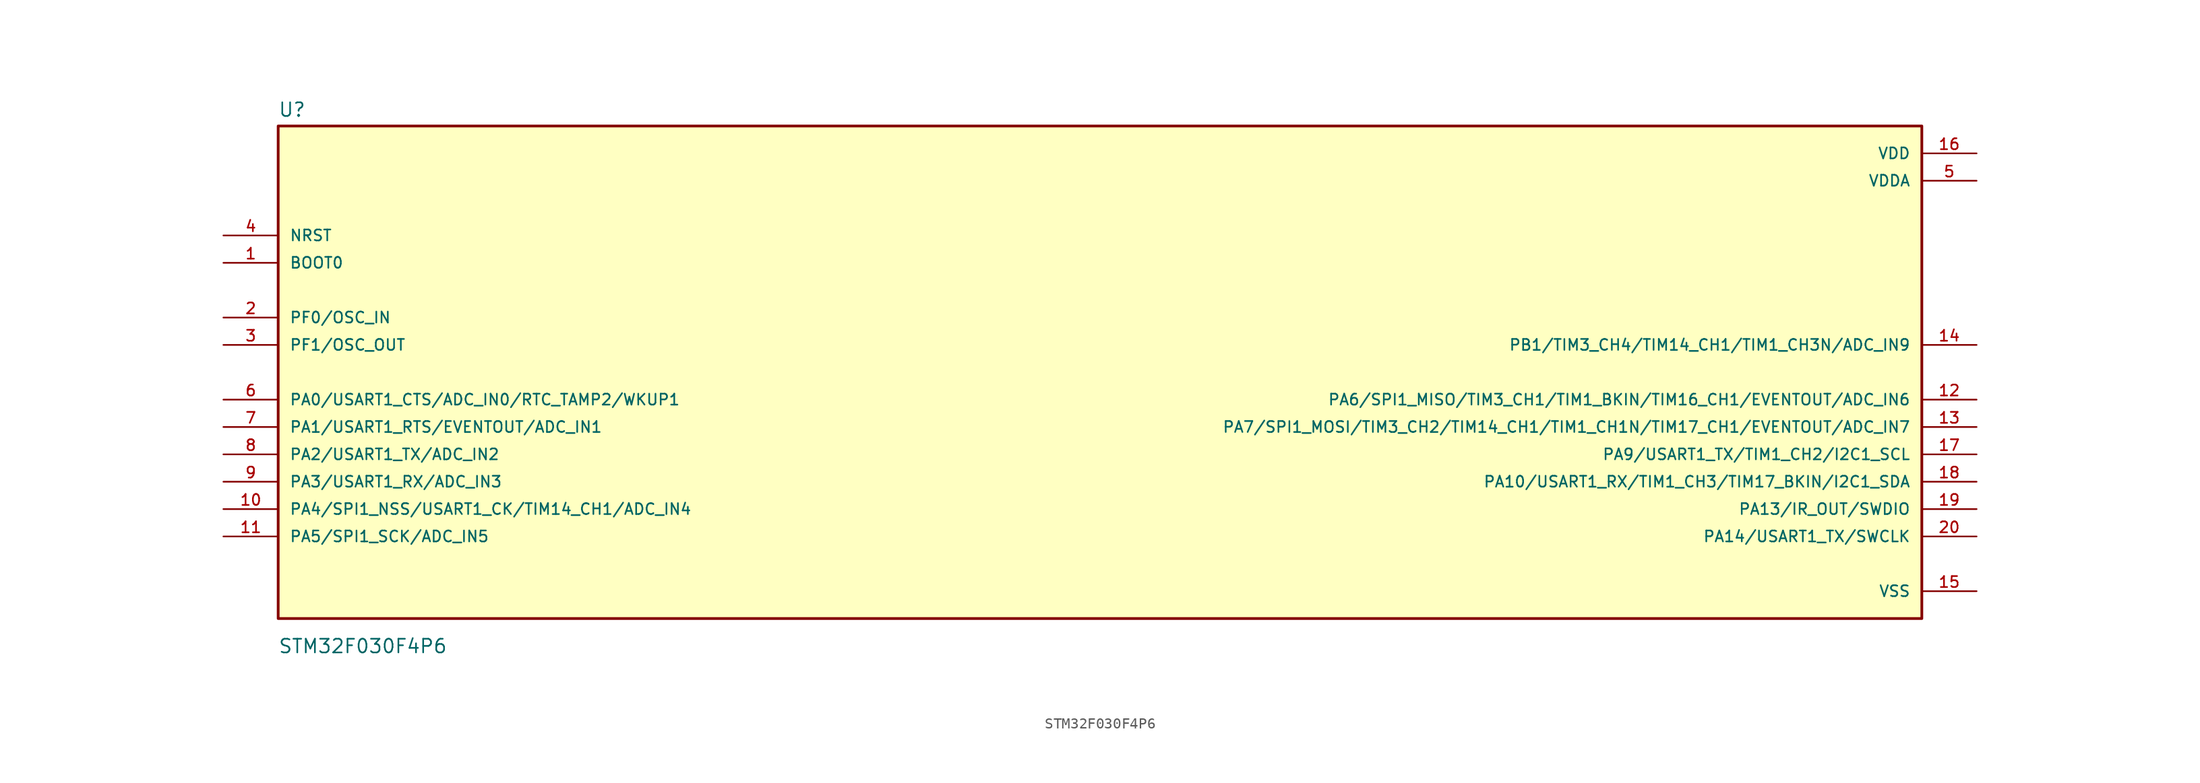
<source format=kicad_sym>
(kicad_symbol_lib
  (version 20211014)
  (generator kicad_symbol_editor)
  (symbol "STM32F030F4P6"
    (pin_names
      (offset 1.016))
    (property "Reference" "U"
      (at -76.222 23.628 0)
      (effects (font (size 1.27 1.27)) (justify bottom left)))
    (property "Value" "STM32F030F4P6"
      (at -76.221 -26.169 0)
      (effects (font (size 1.27 1.27)) (justify bottom left)))
    (symbol "STM32F030F4P6_0_0"
      (rectangle (start -76.2 -22.86) (end 76.2 22.86) (stroke (width 0.254)) (fill (type background)))
      (pin input line (at -81.28 10.16 0) (length 5.08) (name "BOOT0" (effects (font (size 1.016 1.016)))) (number "1" (effects (font (size 1.016 1.016)))))
      (pin bidirectional line (at -81.28 5.08 0) (length 5.08) (name "PF0/OSC_IN" (effects (font (size 1.016 1.016)))) (number "2" (effects (font (size 1.016 1.016)))))
      (pin bidirectional line (at -81.28 2.54 0) (length 5.08) (name "PF1/OSC_OUT" (effects (font (size 1.016 1.016)))) (number "3" (effects (font (size 1.016 1.016)))))
      (pin bidirectional line (at -81.28 12.7 0) (length 5.08) (name "NRST" (effects (font (size 1.016 1.016)))) (number "4" (effects (font (size 1.016 1.016)))))
      (pin power_in line (at 81.28 17.78 180.0) (length 5.08) (name "VDDA" (effects (font (size 1.016 1.016)))) (number "5" (effects (font (size 1.016 1.016)))))
      (pin bidirectional line (at -81.28 -2.54 0) (length 5.08) (name "PA0/USART1_CTS/ADC_IN0/RTC_TAMP2/WKUP1" (effects (font (size 1.016 1.016)))) (number "6" (effects (font (size 1.016 1.016)))))
      (pin bidirectional line (at -81.28 -5.08 0) (length 5.08) (name "PA1/USART1_RTS/EVENTOUT/ADC_IN1" (effects (font (size 1.016 1.016)))) (number "7" (effects (font (size 1.016 1.016)))))
      (pin bidirectional line (at -81.28 -7.62 0) (length 5.08) (name "PA2/USART1_TX/ADC_IN2" (effects (font (size 1.016 1.016)))) (number "8" (effects (font (size 1.016 1.016)))))
      (pin bidirectional line (at -81.28 -10.16 0) (length 5.08) (name "PA3/USART1_RX/ADC_IN3" (effects (font (size 1.016 1.016)))) (number "9" (effects (font (size 1.016 1.016)))))
      (pin bidirectional line (at -81.28 -12.7 0) (length 5.08) (name "PA4/SPI1_NSS/USART1_CK/TIM14_CH1/ADC_IN4" (effects (font (size 1.016 1.016)))) (number "10" (effects (font (size 1.016 1.016)))))
      (pin bidirectional line (at -81.28 -15.24 0) (length 5.08) (name "PA5/SPI1_SCK/ADC_IN5" (effects (font (size 1.016 1.016)))) (number "11" (effects (font (size 1.016 1.016)))))
      (pin bidirectional line (at 81.28 -2.54 180.0) (length 5.08) (name "PA6/SPI1_MISO/TIM3_CH1/TIM1_BKIN/TIM16_CH1/EVENTOUT/ADC_IN6" (effects (font (size 1.016 1.016)))) (number "12" (effects (font (size 1.016 1.016)))))
      (pin bidirectional line (at 81.28 -5.08 180.0) (length 5.08) (name "PA7/SPI1_MOSI/TIM3_CH2/TIM14_CH1/TIM1_CH1N/TIM17_CH1/EVENTOUT/ADC_IN7" (effects (font (size 1.016 1.016)))) (number "13" (effects (font (size 1.016 1.016)))))
      (pin bidirectional line (at 81.28 2.54 180.0) (length 5.08) (name "PB1/TIM3_CH4/TIM14_CH1/TIM1_CH3N/ADC_IN9" (effects (font (size 1.016 1.016)))) (number "14" (effects (font (size 1.016 1.016)))))
      (pin power_in line (at 81.28 -20.32 180.0) (length 5.08) (name "VSS" (effects (font (size 1.016 1.016)))) (number "15" (effects (font (size 1.016 1.016)))))
      (pin power_in line (at 81.28 20.32 180.0) (length 5.08) (name "VDD" (effects (font (size 1.016 1.016)))) (number "16" (effects (font (size 1.016 1.016)))))
      (pin bidirectional line (at 81.28 -7.62 180.0) (length 5.08) (name "PA9/USART1_TX/TIM1_CH2/I2C1_SCL" (effects (font (size 1.016 1.016)))) (number "17" (effects (font (size 1.016 1.016)))))
      (pin bidirectional line (at 81.28 -10.16 180.0) (length 5.08) (name "PA10/USART1_RX/TIM1_CH3/TIM17_BKIN/I2C1_SDA" (effects (font (size 1.016 1.016)))) (number "18" (effects (font (size 1.016 1.016)))))
      (pin bidirectional line (at 81.28 -12.7 180.0) (length 5.08) (name "PA13/IR_OUT/SWDIO" (effects (font (size 1.016 1.016)))) (number "19" (effects (font (size 1.016 1.016)))))
      (pin bidirectional line (at 81.28 -15.24 180.0) (length 5.08) (name "PA14/USART1_TX/SWCLK" (effects (font (size 1.016 1.016)))) (number "20" (effects (font (size 1.016 1.016))))))))
</source>
